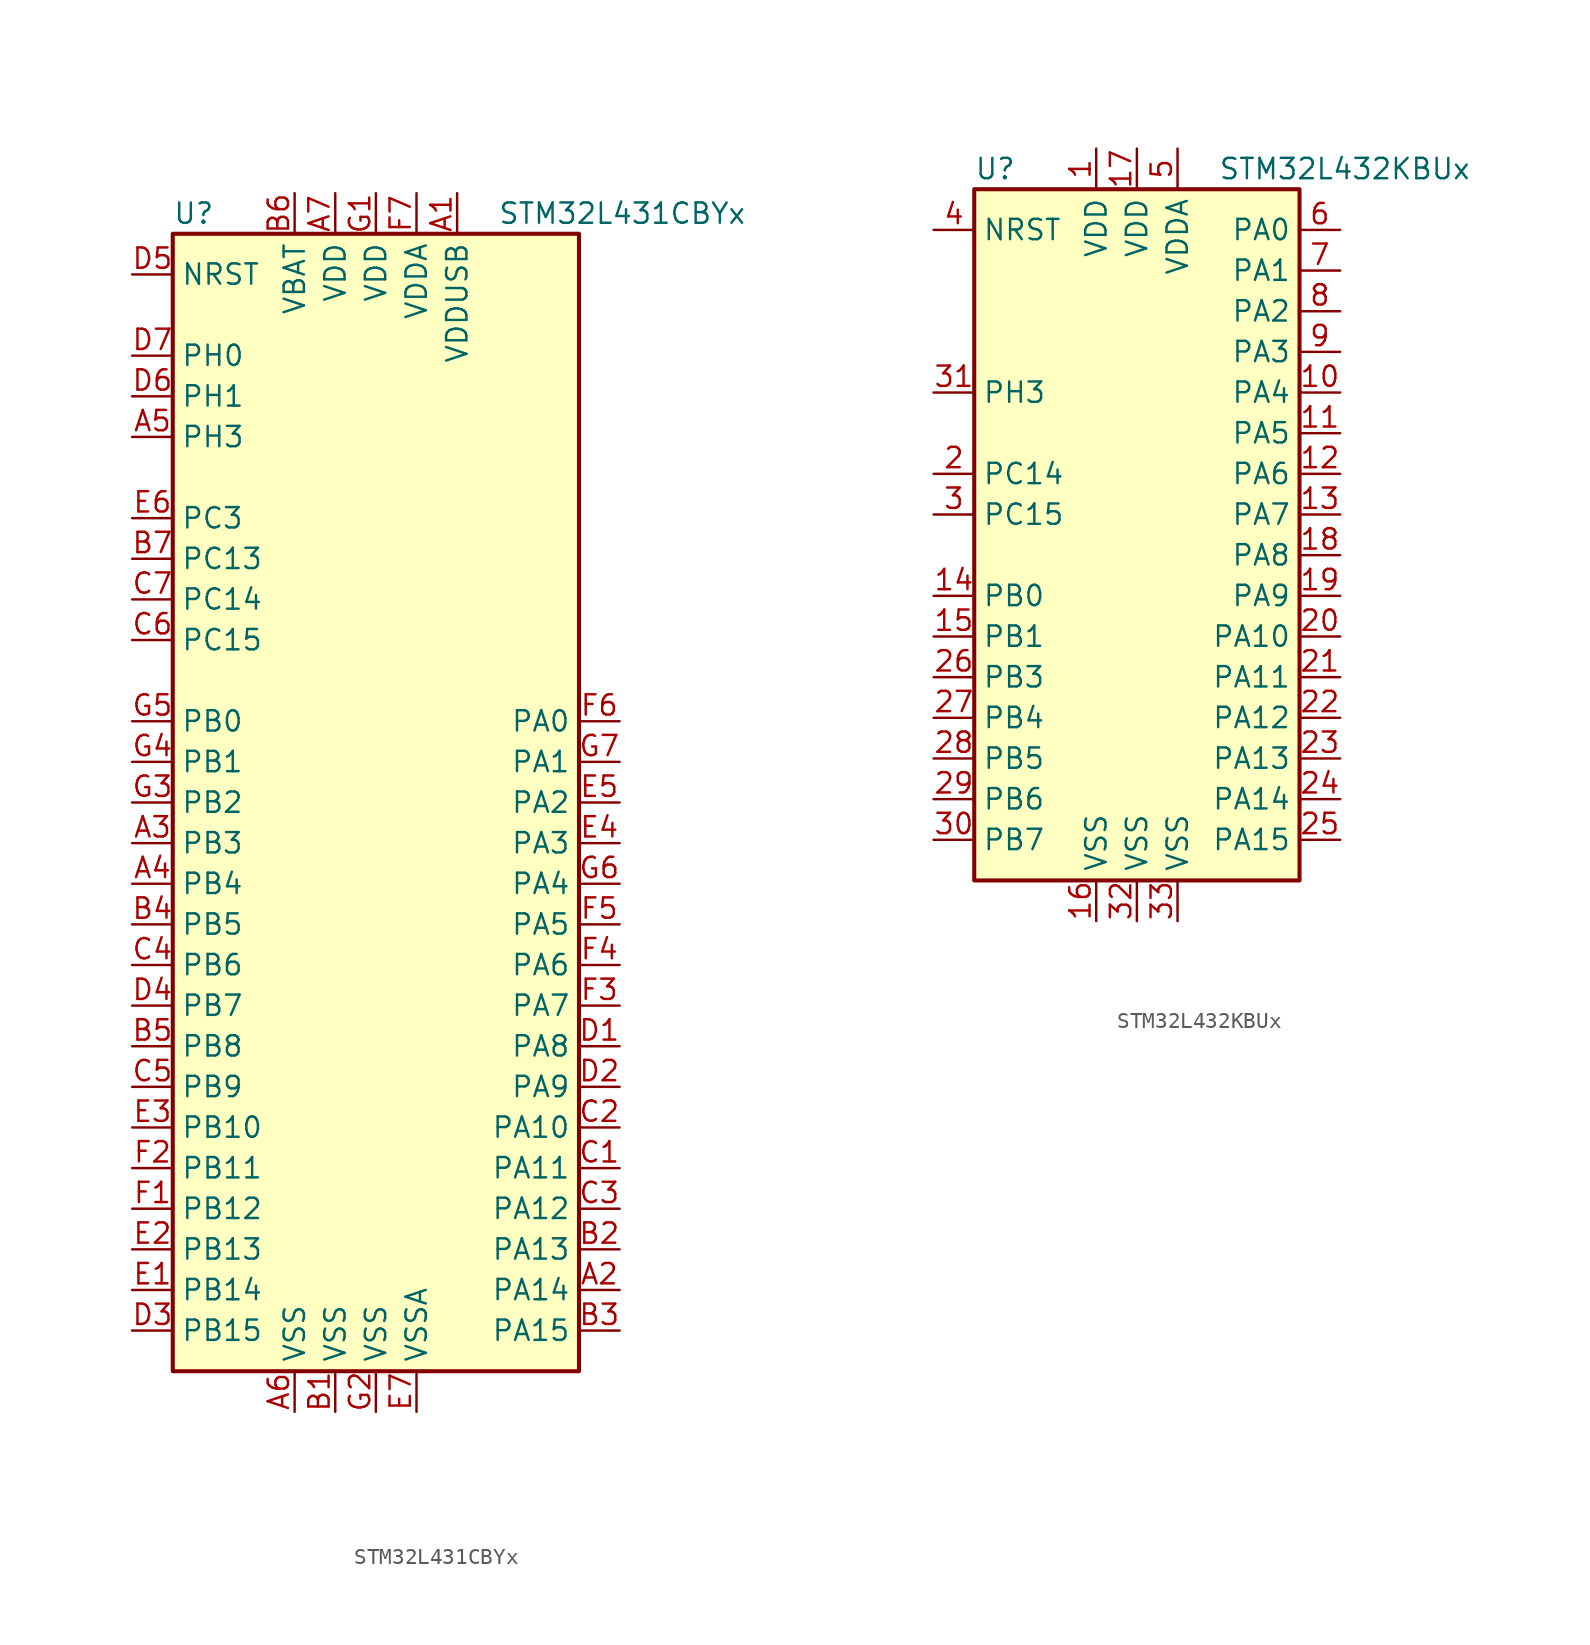
<source format=kicad_sym>
(kicad_symbol_lib
  (version 20201005)
  (generator kicad_symbol_editor)
  (symbol "STM32L431CBYx"
    (property "Reference" "U"
      (at -12.7 36.83 0)
      (effects (font (size 1.27 1.27)) (justify left)))
    (property "Value" "STM32L431CBYx"
      (at 7.62 36.83 0)
      (effects (font (size 1.27 1.27)) (justify left)))
    (symbol "STM32L431CBYx_0_1"
      (rectangle (start -12.7 -35.56) (end 12.7 35.56) (stroke (width 0.254)) (fill (type background))))
    (symbol "STM32L431CBYx_1_1"
      (pin input line (at -15.24 33.02 0) (length 2.54) (name "NRST" (effects (font (size 1.27 1.27)))) (number "D5" (effects (font (size 1.27 1.27)))))
      (pin bidirectional line (at 15.24 5.08 180) (length 2.54) (name "PA0" (effects (font (size 1.27 1.27)))) (number "F6" (effects (font (size 1.27 1.27)))))
      (pin bidirectional line (at 15.24 2.54 180) (length 2.54) (name "PA1" (effects (font (size 1.27 1.27)))) (number "G7" (effects (font (size 1.27 1.27)))))
      (pin bidirectional line (at 15.24 -20.32 180) (length 2.54) (name "PA10" (effects (font (size 1.27 1.27)))) (number "C2" (effects (font (size 1.27 1.27)))))
      (pin bidirectional line (at 15.24 -22.86 180) (length 2.54) (name "PA11" (effects (font (size 1.27 1.27)))) (number "C1" (effects (font (size 1.27 1.27)))))
      (pin bidirectional line (at 15.24 -25.4 180) (length 2.54) (name "PA12" (effects (font (size 1.27 1.27)))) (number "C3" (effects (font (size 1.27 1.27)))))
      (pin bidirectional line (at 15.24 -27.94 180) (length 2.54) (name "PA13" (effects (font (size 1.27 1.27)))) (number "B2" (effects (font (size 1.27 1.27)))))
      (pin bidirectional line (at 15.24 -30.48 180) (length 2.54) (name "PA14" (effects (font (size 1.27 1.27)))) (number "A2" (effects (font (size 1.27 1.27)))))
      (pin bidirectional line (at 15.24 -33.02 180) (length 2.54) (name "PA15" (effects (font (size 1.27 1.27)))) (number "B3" (effects (font (size 1.27 1.27)))))
      (pin bidirectional line (at 15.24 0 180) (length 2.54) (name "PA2" (effects (font (size 1.27 1.27)))) (number "E5" (effects (font (size 1.27 1.27)))))
      (pin bidirectional line (at 15.24 -2.54 180) (length 2.54) (name "PA3" (effects (font (size 1.27 1.27)))) (number "E4" (effects (font (size 1.27 1.27)))))
      (pin bidirectional line (at 15.24 -5.08 180) (length 2.54) (name "PA4" (effects (font (size 1.27 1.27)))) (number "G6" (effects (font (size 1.27 1.27)))))
      (pin bidirectional line (at 15.24 -7.62 180) (length 2.54) (name "PA5" (effects (font (size 1.27 1.27)))) (number "F5" (effects (font (size 1.27 1.27)))))
      (pin bidirectional line (at 15.24 -10.16 180) (length 2.54) (name "PA6" (effects (font (size 1.27 1.27)))) (number "F4" (effects (font (size 1.27 1.27)))))
      (pin bidirectional line (at 15.24 -12.7 180) (length 2.54) (name "PA7" (effects (font (size 1.27 1.27)))) (number "F3" (effects (font (size 1.27 1.27)))))
      (pin bidirectional line (at 15.24 -15.24 180) (length 2.54) (name "PA8" (effects (font (size 1.27 1.27)))) (number "D1" (effects (font (size 1.27 1.27)))))
      (pin bidirectional line (at 15.24 -17.78 180) (length 2.54) (name "PA9" (effects (font (size 1.27 1.27)))) (number "D2" (effects (font (size 1.27 1.27)))))
      (pin bidirectional line (at -15.24 5.08 0) (length 2.54) (name "PB0" (effects (font (size 1.27 1.27)))) (number "G5" (effects (font (size 1.27 1.27)))))
      (pin bidirectional line (at -15.24 2.54 0) (length 2.54) (name "PB1" (effects (font (size 1.27 1.27)))) (number "G4" (effects (font (size 1.27 1.27)))))
      (pin bidirectional line (at -15.24 -20.32 0) (length 2.54) (name "PB10" (effects (font (size 1.27 1.27)))) (number "E3" (effects (font (size 1.27 1.27)))))
      (pin bidirectional line (at -15.24 -22.86 0) (length 2.54) (name "PB11" (effects (font (size 1.27 1.27)))) (number "F2" (effects (font (size 1.27 1.27)))))
      (pin bidirectional line (at -15.24 -25.4 0) (length 2.54) (name "PB12" (effects (font (size 1.27 1.27)))) (number "F1" (effects (font (size 1.27 1.27)))))
      (pin bidirectional line (at -15.24 -27.94 0) (length 2.54) (name "PB13" (effects (font (size 1.27 1.27)))) (number "E2" (effects (font (size 1.27 1.27)))))
      (pin bidirectional line (at -15.24 -30.48 0) (length 2.54) (name "PB14" (effects (font (size 1.27 1.27)))) (number "E1" (effects (font (size 1.27 1.27)))))
      (pin bidirectional line (at -15.24 -33.02 0) (length 2.54) (name "PB15" (effects (font (size 1.27 1.27)))) (number "D3" (effects (font (size 1.27 1.27)))))
      (pin bidirectional line (at -15.24 0 0) (length 2.54) (name "PB2" (effects (font (size 1.27 1.27)))) (number "G3" (effects (font (size 1.27 1.27)))))
      (pin bidirectional line (at -15.24 -2.54 0) (length 2.54) (name "PB3" (effects (font (size 1.27 1.27)))) (number "A3" (effects (font (size 1.27 1.27)))))
      (pin bidirectional line (at -15.24 -5.08 0) (length 2.54) (name "PB4" (effects (font (size 1.27 1.27)))) (number "A4" (effects (font (size 1.27 1.27)))))
      (pin bidirectional line (at -15.24 -7.62 0) (length 2.54) (name "PB5" (effects (font (size 1.27 1.27)))) (number "B4" (effects (font (size 1.27 1.27)))))
      (pin bidirectional line (at -15.24 -10.16 0) (length 2.54) (name "PB6" (effects (font (size 1.27 1.27)))) (number "C4" (effects (font (size 1.27 1.27)))))
      (pin bidirectional line (at -15.24 -12.7 0) (length 2.54) (name "PB7" (effects (font (size 1.27 1.27)))) (number "D4" (effects (font (size 1.27 1.27)))))
      (pin bidirectional line (at -15.24 -15.24 0) (length 2.54) (name "PB8" (effects (font (size 1.27 1.27)))) (number "B5" (effects (font (size 1.27 1.27)))))
      (pin bidirectional line (at -15.24 -17.78 0) (length 2.54) (name "PB9" (effects (font (size 1.27 1.27)))) (number "C5" (effects (font (size 1.27 1.27)))))
      (pin bidirectional line (at -15.24 15.24 0) (length 2.54) (name "PC13" (effects (font (size 1.27 1.27)))) (number "B7" (effects (font (size 1.27 1.27)))))
      (pin bidirectional line (at -15.24 12.7 0) (length 2.54) (name "PC14" (effects (font (size 1.27 1.27)))) (number "C7" (effects (font (size 1.27 1.27)))))
      (pin bidirectional line (at -15.24 10.16 0) (length 2.54) (name "PC15" (effects (font (size 1.27 1.27)))) (number "C6" (effects (font (size 1.27 1.27)))))
      (pin bidirectional line (at -15.24 17.78 0) (length 2.54) (name "PC3" (effects (font (size 1.27 1.27)))) (number "E6" (effects (font (size 1.27 1.27)))))
      (pin input line (at -15.24 27.94 0) (length 2.54) (name "PH0" (effects (font (size 1.27 1.27)))) (number "D7" (effects (font (size 1.27 1.27)))))
      (pin input line (at -15.24 25.4 0) (length 2.54) (name "PH1" (effects (font (size 1.27 1.27)))) (number "D6" (effects (font (size 1.27 1.27)))))
      (pin bidirectional line (at -15.24 22.86 0) (length 2.54) (name "PH3" (effects (font (size 1.27 1.27)))) (number "A5" (effects (font (size 1.27 1.27)))))
      (pin power_in line (at -5.08 38.1 270) (length 2.54) (name "VBAT" (effects (font (size 1.27 1.27)))) (number "B6" (effects (font (size 1.27 1.27)))))
      (pin power_in line (at -2.54 38.1 270) (length 2.54) (name "VDD" (effects (font (size 1.27 1.27)))) (number "A7" (effects (font (size 1.27 1.27)))))
      (pin power_in line (at 0 38.1 270) (length 2.54) (name "VDD" (effects (font (size 1.27 1.27)))) (number "G1" (effects (font (size 1.27 1.27)))))
      (pin power_in line (at 2.54 38.1 270) (length 2.54) (name "VDDA" (effects (font (size 1.27 1.27)))) (number "F7" (effects (font (size 1.27 1.27)))))
      (pin power_in line (at 5.08 38.1 270) (length 2.54) (name "VDDUSB" (effects (font (size 1.27 1.27)))) (number "A1" (effects (font (size 1.27 1.27)))))
      (pin power_in line (at -5.08 -38.1 90) (length 2.54) (name "VSS" (effects (font (size 1.27 1.27)))) (number "A6" (effects (font (size 1.27 1.27)))))
      (pin power_in line (at -2.54 -38.1 90) (length 2.54) (name "VSS" (effects (font (size 1.27 1.27)))) (number "B1" (effects (font (size 1.27 1.27)))))
      (pin power_in line (at 0 -38.1 90) (length 2.54) (name "VSS" (effects (font (size 1.27 1.27)))) (number "G2" (effects (font (size 1.27 1.27)))))
      (pin power_in line (at 2.54 -38.1 90) (length 2.54) (name "VSSA" (effects (font (size 1.27 1.27)))) (number "E7" (effects (font (size 1.27 1.27)))))))
  (symbol "STM32L432KBUx"
    (property "Reference" "U"
      (at -10.16 21.59 0)
      (effects (font (size 1.27 1.27)) (justify left)))
    (property "Value" "STM32L432KBUx"
      (at 5.08 21.59 0)
      (effects (font (size 1.27 1.27)) (justify left)))
    (symbol "STM32L432KBUx_0_1"
      (rectangle (start -10.16 -22.86) (end 10.16 20.32) (stroke (width 0.254)) (fill (type background))))
    (symbol "STM32L432KBUx_1_1"
      (pin input line (at -12.7 17.78 0) (length 2.54) (name "NRST" (effects (font (size 1.27 1.27)))) (number "4" (effects (font (size 1.27 1.27)))))
      (pin bidirectional line (at 12.7 17.78 180) (length 2.54) (name "PA0" (effects (font (size 1.27 1.27)))) (number "6" (effects (font (size 1.27 1.27)))))
      (pin bidirectional line (at 12.7 15.24 180) (length 2.54) (name "PA1" (effects (font (size 1.27 1.27)))) (number "7" (effects (font (size 1.27 1.27)))))
      (pin bidirectional line (at 12.7 -7.62 180) (length 2.54) (name "PA10" (effects (font (size 1.27 1.27)))) (number "20" (effects (font (size 1.27 1.27)))))
      (pin bidirectional line (at 12.7 -10.16 180) (length 2.54) (name "PA11" (effects (font (size 1.27 1.27)))) (number "21" (effects (font (size 1.27 1.27)))))
      (pin bidirectional line (at 12.7 -12.7 180) (length 2.54) (name "PA12" (effects (font (size 1.27 1.27)))) (number "22" (effects (font (size 1.27 1.27)))))
      (pin bidirectional line (at 12.7 -15.24 180) (length 2.54) (name "PA13" (effects (font (size 1.27 1.27)))) (number "23" (effects (font (size 1.27 1.27)))))
      (pin bidirectional line (at 12.7 -17.78 180) (length 2.54) (name "PA14" (effects (font (size 1.27 1.27)))) (number "24" (effects (font (size 1.27 1.27)))))
      (pin bidirectional line (at 12.7 -20.32 180) (length 2.54) (name "PA15" (effects (font (size 1.27 1.27)))) (number "25" (effects (font (size 1.27 1.27)))))
      (pin bidirectional line (at 12.7 12.7 180) (length 2.54) (name "PA2" (effects (font (size 1.27 1.27)))) (number "8" (effects (font (size 1.27 1.27)))))
      (pin bidirectional line (at 12.7 10.16 180) (length 2.54) (name "PA3" (effects (font (size 1.27 1.27)))) (number "9" (effects (font (size 1.27 1.27)))))
      (pin bidirectional line (at 12.7 7.62 180) (length 2.54) (name "PA4" (effects (font (size 1.27 1.27)))) (number "10" (effects (font (size 1.27 1.27)))))
      (pin bidirectional line (at 12.7 5.08 180) (length 2.54) (name "PA5" (effects (font (size 1.27 1.27)))) (number "11" (effects (font (size 1.27 1.27)))))
      (pin bidirectional line (at 12.7 2.54 180) (length 2.54) (name "PA6" (effects (font (size 1.27 1.27)))) (number "12" (effects (font (size 1.27 1.27)))))
      (pin bidirectional line (at 12.7 0 180) (length 2.54) (name "PA7" (effects (font (size 1.27 1.27)))) (number "13" (effects (font (size 1.27 1.27)))))
      (pin bidirectional line (at 12.7 -2.54 180) (length 2.54) (name "PA8" (effects (font (size 1.27 1.27)))) (number "18" (effects (font (size 1.27 1.27)))))
      (pin bidirectional line (at 12.7 -5.08 180) (length 2.54) (name "PA9" (effects (font (size 1.27 1.27)))) (number "19" (effects (font (size 1.27 1.27)))))
      (pin bidirectional line (at -12.7 -5.08 0) (length 2.54) (name "PB0" (effects (font (size 1.27 1.27)))) (number "14" (effects (font (size 1.27 1.27)))))
      (pin bidirectional line (at -12.7 -7.62 0) (length 2.54) (name "PB1" (effects (font (size 1.27 1.27)))) (number "15" (effects (font (size 1.27 1.27)))))
      (pin bidirectional line (at -12.7 -10.16 0) (length 2.54) (name "PB3" (effects (font (size 1.27 1.27)))) (number "26" (effects (font (size 1.27 1.27)))))
      (pin bidirectional line (at -12.7 -12.7 0) (length 2.54) (name "PB4" (effects (font (size 1.27 1.27)))) (number "27" (effects (font (size 1.27 1.27)))))
      (pin bidirectional line (at -12.7 -15.24 0) (length 2.54) (name "PB5" (effects (font (size 1.27 1.27)))) (number "28" (effects (font (size 1.27 1.27)))))
      (pin bidirectional line (at -12.7 -17.78 0) (length 2.54) (name "PB6" (effects (font (size 1.27 1.27)))) (number "29" (effects (font (size 1.27 1.27)))))
      (pin bidirectional line (at -12.7 -20.32 0) (length 2.54) (name "PB7" (effects (font (size 1.27 1.27)))) (number "30" (effects (font (size 1.27 1.27)))))
      (pin bidirectional line (at -12.7 2.54 0) (length 2.54) (name "PC14" (effects (font (size 1.27 1.27)))) (number "2" (effects (font (size 1.27 1.27)))))
      (pin bidirectional line (at -12.7 0 0) (length 2.54) (name "PC15" (effects (font (size 1.27 1.27)))) (number "3" (effects (font (size 1.27 1.27)))))
      (pin bidirectional line (at -12.7 7.62 0) (length 2.54) (name "PH3" (effects (font (size 1.27 1.27)))) (number "31" (effects (font (size 1.27 1.27)))))
      (pin power_in line (at -2.54 22.86 270) (length 2.54) (name "VDD" (effects (font (size 1.27 1.27)))) (number "1" (effects (font (size 1.27 1.27)))))
      (pin power_in line (at 0 22.86 270) (length 2.54) (name "VDD" (effects (font (size 1.27 1.27)))) (number "17" (effects (font (size 1.27 1.27)))))
      (pin power_in line (at 2.54 22.86 270) (length 2.54) (name "VDDA" (effects (font (size 1.27 1.27)))) (number "5" (effects (font (size 1.27 1.27)))))
      (pin power_in line (at -2.54 -25.4 90) (length 2.54) (name "VSS" (effects (font (size 1.27 1.27)))) (number "16" (effects (font (size 1.27 1.27)))))
      (pin power_in line (at 0 -25.4 90) (length 2.54) (name "VSS" (effects (font (size 1.27 1.27)))) (number "32" (effects (font (size 1.27 1.27)))))
      (pin power_in line (at 2.54 -25.4 90) (length 2.54) (name "VSS" (effects (font (size 1.27 1.27)))) (number "33" (effects (font (size 1.27 1.27))))))))
</source>
